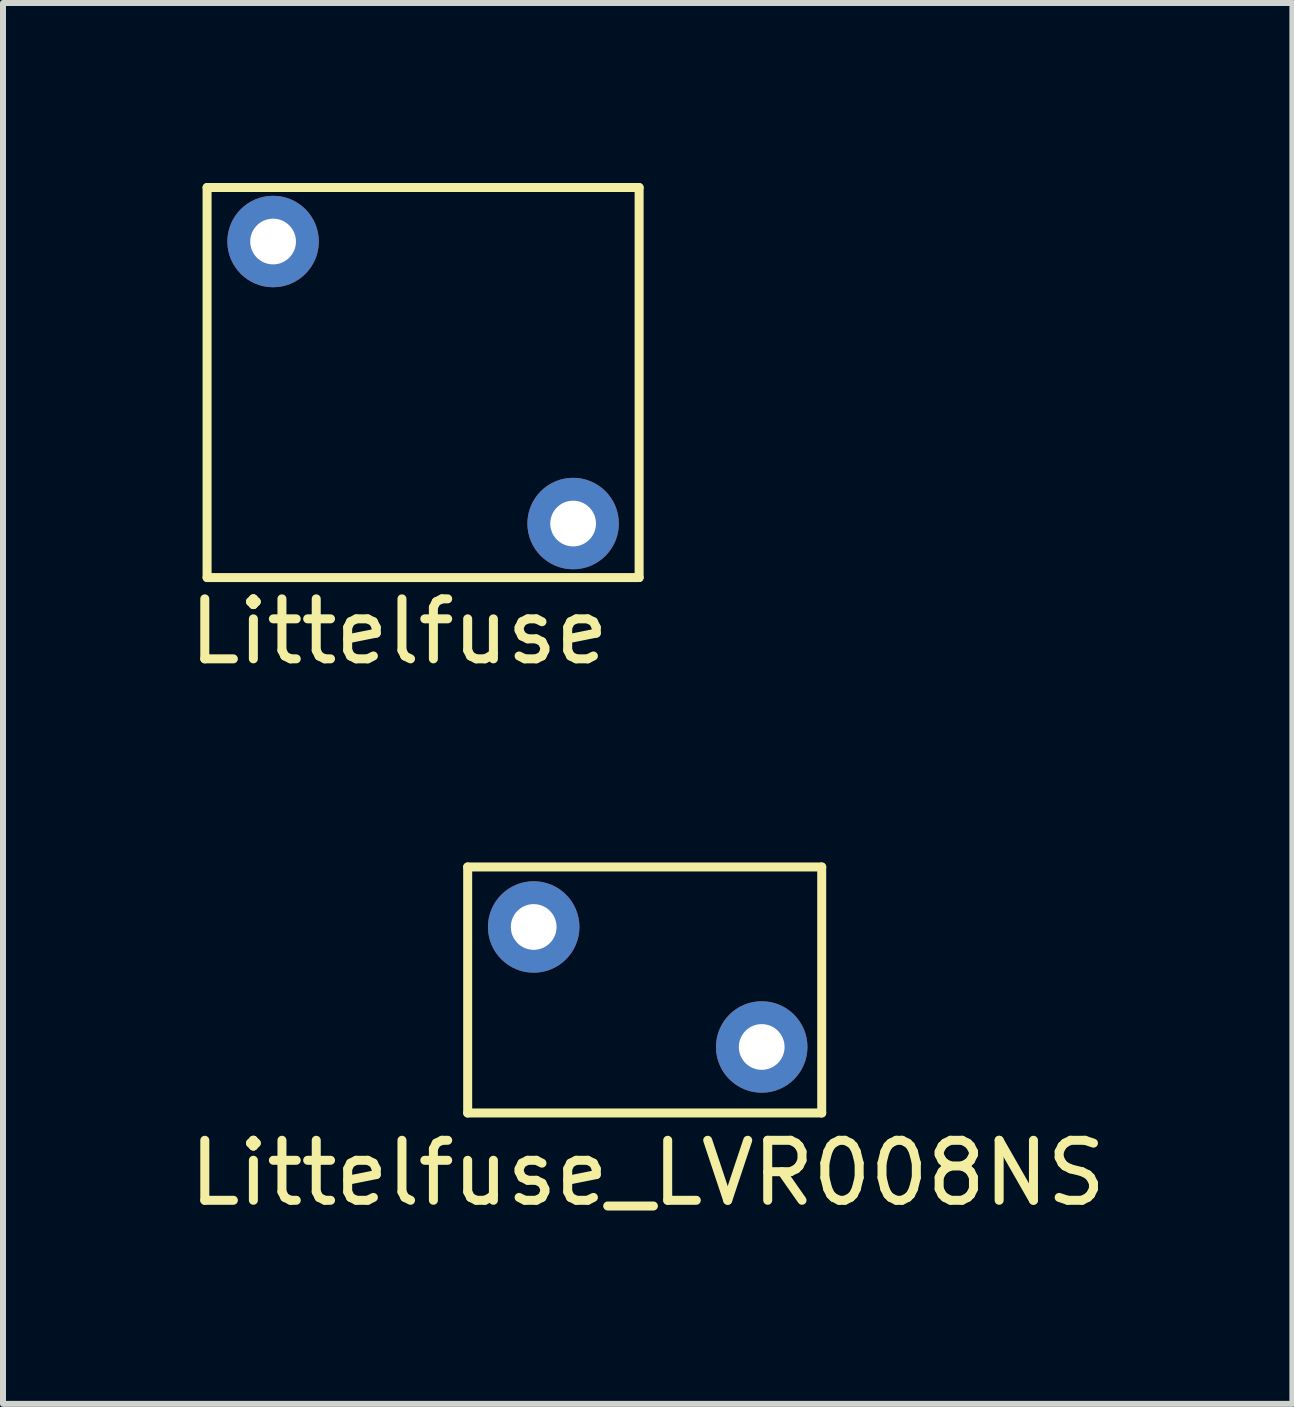
<source format=kicad_pcb>
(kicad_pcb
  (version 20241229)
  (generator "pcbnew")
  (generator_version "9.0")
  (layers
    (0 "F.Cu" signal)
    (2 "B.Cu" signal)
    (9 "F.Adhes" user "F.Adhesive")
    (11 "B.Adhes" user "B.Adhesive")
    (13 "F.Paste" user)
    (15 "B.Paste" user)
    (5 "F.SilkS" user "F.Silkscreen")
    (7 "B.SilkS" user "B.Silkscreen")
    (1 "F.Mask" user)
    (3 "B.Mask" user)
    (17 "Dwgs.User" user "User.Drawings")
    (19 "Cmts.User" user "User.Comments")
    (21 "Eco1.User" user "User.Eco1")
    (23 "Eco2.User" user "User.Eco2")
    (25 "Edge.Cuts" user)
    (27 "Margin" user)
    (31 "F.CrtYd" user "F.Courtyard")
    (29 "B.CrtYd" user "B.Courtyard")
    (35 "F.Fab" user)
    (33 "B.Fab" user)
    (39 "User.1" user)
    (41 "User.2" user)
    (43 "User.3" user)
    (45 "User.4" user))
  (footprint "Littelfuse"
    (layer "F.Cu")
    (at 1.501 1.075)
    (property "Reference" "Littelfuse" (at 2.1 6.4 0) (layer "F.SilkS") (effects (font (size 1 1) (thickness 0.15))))
    (attr through_hole)
    (fp_line (start -1.1 -1) (end 6.1 -1) (stroke (width 0.15) (type solid)) (layer "F.SilkS"))
    (fp_line (start -1.1 5.5) (end -1.1 -1) (stroke (width 0.15) (type solid)) (layer "F.SilkS"))
    (fp_line (start 6.1 -1) (end 6.1 5.5) (stroke (width 0.15) (type solid)) (layer "F.SilkS"))
    (fp_line (start 6.1 5.5) (end -1.1 5.5) (stroke (width 0.15) (type solid)) (layer "F.SilkS"))
    (pad "1" thru_hole circle (at 0 -0.1) (size 1.524 1.524) (drill 0.762) (layers "*.Cu" "*.Mask"))
    (pad "2" thru_hole circle (at 5 4.6) (size 1.524 1.524) (drill 0.762) (layers "*.Cu" "*.Mask")))
  (footprint "Littelfuse_LVR008NS"
    (layer "F.Cu")
    (at 5.844 12.398)
    (property "Reference" "Littelfuse_LVR008NS" (at 1.9 4.1 0) (layer "F.SilkS") (effects (font (size 1 1) (thickness 0.15))))
    (attr through_hole)
    (fp_line (start -1.1 -1) (end 4.8 -1) (stroke (width 0.15) (type solid)) (layer "F.SilkS"))
    (fp_line (start -1.1 3.1) (end -1.1 -1) (stroke (width 0.15) (type solid)) (layer "F.SilkS"))
    (fp_line (start 4.8 -1) (end 4.8 3.1) (stroke (width 0.15) (type solid)) (layer "F.SilkS"))
    (fp_line (start 4.8 3.1) (end -1.1 3.1) (stroke (width 0.15) (type solid)) (layer "F.SilkS"))
    (pad "1" thru_hole circle (at 0 0) (size 1.524 1.524) (drill 0.762) (layers "*.Cu" "*.Mask"))
    (pad "2" thru_hole circle (at 3.8 2) (size 1.524 1.524) (drill 0.762) (layers "*.Cu" "*.Mask")))
  (gr_rect
    (start -3 -3)
    (end 18.488 20.346)
    (stroke (width 0.1) (type default))
    (fill no)
    (layer "Edge.Cuts")))
</source>
